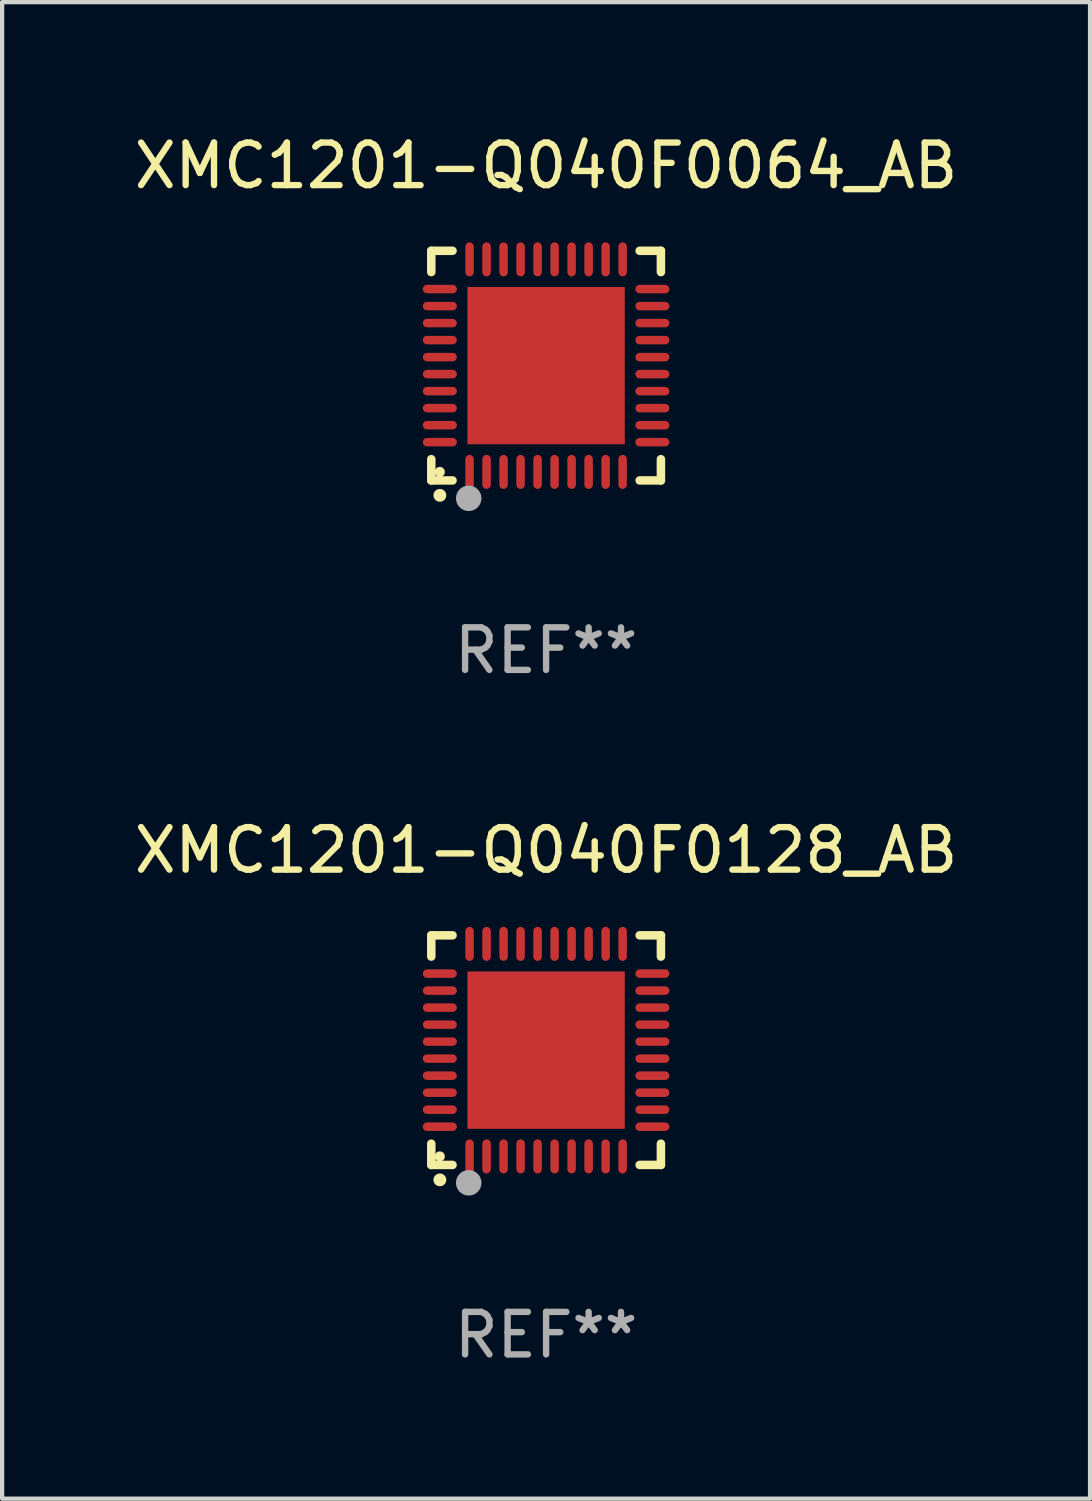
<source format=kicad_pcb>
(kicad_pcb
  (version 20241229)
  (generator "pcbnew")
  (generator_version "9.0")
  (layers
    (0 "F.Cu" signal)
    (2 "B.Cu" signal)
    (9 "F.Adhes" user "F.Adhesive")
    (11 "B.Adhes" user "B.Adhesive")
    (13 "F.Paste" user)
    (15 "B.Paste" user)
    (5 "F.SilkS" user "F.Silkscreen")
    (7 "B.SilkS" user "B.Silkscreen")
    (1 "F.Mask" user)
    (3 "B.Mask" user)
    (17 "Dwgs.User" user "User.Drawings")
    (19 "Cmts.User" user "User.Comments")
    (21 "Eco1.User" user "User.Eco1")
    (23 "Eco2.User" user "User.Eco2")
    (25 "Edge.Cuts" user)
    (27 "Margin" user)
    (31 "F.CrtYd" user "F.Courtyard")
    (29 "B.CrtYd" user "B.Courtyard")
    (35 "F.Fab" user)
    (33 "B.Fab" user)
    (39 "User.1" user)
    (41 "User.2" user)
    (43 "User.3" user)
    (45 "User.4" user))
  (footprint "XMC1201-Q040F0128_AB"
    (layer "F.Cu")
    (at 9.792 21.645)
    (property "Reference" "XMC1201-Q040F0128_AB" (at 0 -4.7 0) (layer "F.SilkS") (effects (font (size 1 1) (thickness 0.15))))
    (attr through_hole)
    (fp_line (start -2.7 -2.7) (end -2.7 -2.2) (stroke (width 0.2) (type solid)) (layer "F.SilkS"))
    (fp_line (start -2.7 2.7) (end -2.7 2.2) (stroke (width 0.2) (type solid)) (layer "F.SilkS"))
    (fp_line (start -2.2 -2.7) (end -2.7 -2.7) (stroke (width 0.2) (type solid)) (layer "F.SilkS"))
    (fp_line (start -2.2 2.7) (end -2.7 2.7) (stroke (width 0.2) (type solid)) (layer "F.SilkS"))
    (fp_line (start 2.7 -2.7) (end 2.2 -2.7) (stroke (width 0.2) (type solid)) (layer "F.SilkS"))
    (fp_line (start 2.7 -2.2) (end 2.7 -2.7) (stroke (width 0.2) (type solid)) (layer "F.SilkS"))
    (fp_line (start 2.7 2.2) (end 2.7 2.7) (stroke (width 0.2) (type solid)) (layer "F.SilkS"))
    (fp_line (start 2.7 2.7) (end 2.2 2.7) (stroke (width 0.2) (type solid)) (layer "F.SilkS"))
    (fp_arc (start -2.499365 3.050546) (mid -2.498095 3.050541) (end -2.496825 3.050546) (stroke (width 0.3) (type solid)) (layer "F.SilkS"))
    (fp_circle (center -2.5 2.5) (end -2.44 2.5) (stroke (width 0.12) (type solid)) (fill no) (layer "F.SilkS"))
    (fp_circle (center -1.82 3.12) (end -1.67 3.12) (stroke (width 0.3) (type solid)) (fill no) (layer "F.Fab"))
    (fp_text user "REF**" (at 0 6.7 0) (layer "F.Fab") (effects (font (size 1 1) (thickness 0.15))))
    (pad "1" smd oval (at -1.8 2.499) (size 0.2 0.8) (layers "F.Cu" "F.Mask" "F.Paste"))
    (pad "2" smd oval (at -1.4 2.499) (size 0.2 0.8) (layers "F.Cu" "F.Mask" "F.Paste"))
    (pad "3" smd oval (at -1 2.499) (size 0.2 0.8) (layers "F.Cu" "F.Mask" "F.Paste"))
    (pad "4" smd oval (at -0.6 2.499) (size 0.2 0.8) (layers "F.Cu" "F.Mask" "F.Paste"))
    (pad "5" smd oval (at -0.2 2.499) (size 0.2 0.8) (layers "F.Cu" "F.Mask" "F.Paste"))
    (pad "6" smd oval (at 0.2 2.499) (size 0.2 0.8) (layers "F.Cu" "F.Mask" "F.Paste"))
    (pad "7" smd oval (at 0.6 2.499) (size 0.2 0.8) (layers "F.Cu" "F.Mask" "F.Paste"))
    (pad "8" smd oval (at 1 2.499) (size 0.2 0.8) (layers "F.Cu" "F.Mask" "F.Paste"))
    (pad "9" smd oval (at 1.4 2.499) (size 0.2 0.8) (layers "F.Cu" "F.Mask" "F.Paste"))
    (pad "10" smd oval (at 1.8 2.499) (size 0.2 0.8) (layers "F.Cu" "F.Mask" "F.Paste"))
    (pad "11" smd oval (at 2.499 1.8) (size 0.8 0.2) (layers "F.Cu" "F.Mask" "F.Paste"))
    (pad "12" smd oval (at 2.499 1.4) (size 0.8 0.2) (layers "F.Cu" "F.Mask" "F.Paste"))
    (pad "13" smd oval (at 2.499 1) (size 0.8 0.2) (layers "F.Cu" "F.Mask" "F.Paste"))
    (pad "14" smd oval (at 2.499 0.6) (size 0.8 0.2) (layers "F.Cu" "F.Mask" "F.Paste"))
    (pad "15" smd oval (at 2.499 0.2) (size 0.8 0.2) (layers "F.Cu" "F.Mask" "F.Paste"))
    (pad "16" smd oval (at 2.499 -0.2) (size 0.8 0.2) (layers "F.Cu" "F.Mask" "F.Paste"))
    (pad "17" smd oval (at 2.499 -0.6) (size 0.8 0.2) (layers "F.Cu" "F.Mask" "F.Paste"))
    (pad "18" smd oval (at 2.499 -1) (size 0.8 0.2) (layers "F.Cu" "F.Mask" "F.Paste"))
    (pad "19" smd oval (at 2.499 -1.4) (size 0.8 0.2) (layers "F.Cu" "F.Mask" "F.Paste"))
    (pad "20" smd oval (at 2.499 -1.8) (size 0.8 0.2) (layers "F.Cu" "F.Mask" "F.Paste"))
    (pad "21" smd oval (at 1.8 -2.499) (size 0.2 0.8) (layers "F.Cu" "F.Mask" "F.Paste"))
    (pad "22" smd oval (at 1.4 -2.499) (size 0.2 0.8) (layers "F.Cu" "F.Mask" "F.Paste"))
    (pad "23" smd oval (at 1 -2.499) (size 0.2 0.8) (layers "F.Cu" "F.Mask" "F.Paste"))
    (pad "24" smd oval (at 0.6 -2.499) (size 0.2 0.8) (layers "F.Cu" "F.Mask" "F.Paste"))
    (pad "25" smd oval (at 0.2 -2.499) (size 0.2 0.8) (layers "F.Cu" "F.Mask" "F.Paste"))
    (pad "26" smd oval (at -0.2 -2.499) (size 0.2 0.8) (layers "F.Cu" "F.Mask" "F.Paste"))
    (pad "27" smd oval (at -0.6 -2.499) (size 0.2 0.8) (layers "F.Cu" "F.Mask" "F.Paste"))
    (pad "28" smd oval (at -1 -2.499) (size 0.2 0.8) (layers "F.Cu" "F.Mask" "F.Paste"))
    (pad "29" smd oval (at -1.4 -2.499) (size 0.2 0.8) (layers "F.Cu" "F.Mask" "F.Paste"))
    (pad "30" smd oval (at -1.8 -2.499) (size 0.2 0.8) (layers "F.Cu" "F.Mask" "F.Paste"))
    (pad "31" smd oval (at -2.499 -1.8) (size 0.8 0.2) (layers "F.Cu" "F.Mask" "F.Paste"))
    (pad "32" smd oval (at -2.499 -1.4) (size 0.8 0.2) (layers "F.Cu" "F.Mask" "F.Paste"))
    (pad "33" smd oval (at -2.499 -1) (size 0.8 0.2) (layers "F.Cu" "F.Mask" "F.Paste"))
    (pad "34" smd oval (at -2.499 -0.6) (size 0.8 0.2) (layers "F.Cu" "F.Mask" "F.Paste"))
    (pad "35" smd oval (at -2.499 -0.2) (size 0.8 0.2) (layers "F.Cu" "F.Mask" "F.Paste"))
    (pad "36" smd oval (at -2.499 0.2) (size 0.8 0.2) (layers "F.Cu" "F.Mask" "F.Paste"))
    (pad "37" smd oval (at -2.499 0.6) (size 0.8 0.2) (layers "F.Cu" "F.Mask" "F.Paste"))
    (pad "38" smd oval (at -2.499 1) (size 0.8 0.2) (layers "F.Cu" "F.Mask" "F.Paste"))
    (pad "39" smd oval (at -2.499 1.4) (size 0.8 0.2) (layers "F.Cu" "F.Mask" "F.Paste"))
    (pad "40" smd oval (at -2.499 1.8) (size 0.8 0.2) (layers "F.Cu" "F.Mask" "F.Paste"))
    (pad "41" smd rect (at 0 0) (size 3.7 3.7) (layers "F.Cu" "F.Mask" "F.Paste")))
  (footprint "XMC1201-Q040F0064_AB"
    (layer "F.Cu")
    (at 9.792 5.548)
    (property "Reference" "XMC1201-Q040F0064_AB" (at 0 -4.7 0) (layer "F.SilkS") (effects (font (size 1 1) (thickness 0.15))))
    (attr through_hole)
    (fp_line (start -2.7 -2.7) (end -2.7 -2.2) (stroke (width 0.2) (type solid)) (layer "F.SilkS"))
    (fp_line (start -2.7 2.7) (end -2.7 2.2) (stroke (width 0.2) (type solid)) (layer "F.SilkS"))
    (fp_line (start -2.2 -2.7) (end -2.7 -2.7) (stroke (width 0.2) (type solid)) (layer "F.SilkS"))
    (fp_line (start -2.2 2.7) (end -2.7 2.7) (stroke (width 0.2) (type solid)) (layer "F.SilkS"))
    (fp_line (start 2.7 -2.7) (end 2.2 -2.7) (stroke (width 0.2) (type solid)) (layer "F.SilkS"))
    (fp_line (start 2.7 -2.2) (end 2.7 -2.7) (stroke (width 0.2) (type solid)) (layer "F.SilkS"))
    (fp_line (start 2.7 2.2) (end 2.7 2.7) (stroke (width 0.2) (type solid)) (layer "F.SilkS"))
    (fp_line (start 2.7 2.7) (end 2.2 2.7) (stroke (width 0.2) (type solid)) (layer "F.SilkS"))
    (fp_arc (start -2.499365 3.050546) (mid -2.498095 3.050541) (end -2.496825 3.050546) (stroke (width 0.3) (type solid)) (layer "F.SilkS"))
    (fp_circle (center -2.5 2.5) (end -2.44 2.5) (stroke (width 0.12) (type solid)) (fill no) (layer "F.SilkS"))
    (fp_circle (center -1.82 3.12) (end -1.67 3.12) (stroke (width 0.3) (type solid)) (fill no) (layer "F.Fab"))
    (fp_text user "REF**" (at 0 6.7 0) (layer "F.Fab") (effects (font (size 1 1) (thickness 0.15))))
    (pad "1" smd oval (at -1.8 2.499) (size 0.2 0.8) (layers "F.Cu" "F.Mask" "F.Paste"))
    (pad "2" smd oval (at -1.4 2.499) (size 0.2 0.8) (layers "F.Cu" "F.Mask" "F.Paste"))
    (pad "3" smd oval (at -1 2.499) (size 0.2 0.8) (layers "F.Cu" "F.Mask" "F.Paste"))
    (pad "4" smd oval (at -0.6 2.499) (size 0.2 0.8) (layers "F.Cu" "F.Mask" "F.Paste"))
    (pad "5" smd oval (at -0.2 2.499) (size 0.2 0.8) (layers "F.Cu" "F.Mask" "F.Paste"))
    (pad "6" smd oval (at 0.2 2.499) (size 0.2 0.8) (layers "F.Cu" "F.Mask" "F.Paste"))
    (pad "7" smd oval (at 0.6 2.499) (size 0.2 0.8) (layers "F.Cu" "F.Mask" "F.Paste"))
    (pad "8" smd oval (at 1 2.499) (size 0.2 0.8) (layers "F.Cu" "F.Mask" "F.Paste"))
    (pad "9" smd oval (at 1.4 2.499) (size 0.2 0.8) (layers "F.Cu" "F.Mask" "F.Paste"))
    (pad "10" smd oval (at 1.8 2.499) (size 0.2 0.8) (layers "F.Cu" "F.Mask" "F.Paste"))
    (pad "11" smd oval (at 2.499 1.8) (size 0.8 0.2) (layers "F.Cu" "F.Mask" "F.Paste"))
    (pad "12" smd oval (at 2.499 1.4) (size 0.8 0.2) (layers "F.Cu" "F.Mask" "F.Paste"))
    (pad "13" smd oval (at 2.499 1) (size 0.8 0.2) (layers "F.Cu" "F.Mask" "F.Paste"))
    (pad "14" smd oval (at 2.499 0.6) (size 0.8 0.2) (layers "F.Cu" "F.Mask" "F.Paste"))
    (pad "15" smd oval (at 2.499 0.2) (size 0.8 0.2) (layers "F.Cu" "F.Mask" "F.Paste"))
    (pad "16" smd oval (at 2.499 -0.2) (size 0.8 0.2) (layers "F.Cu" "F.Mask" "F.Paste"))
    (pad "17" smd oval (at 2.499 -0.6) (size 0.8 0.2) (layers "F.Cu" "F.Mask" "F.Paste"))
    (pad "18" smd oval (at 2.499 -1) (size 0.8 0.2) (layers "F.Cu" "F.Mask" "F.Paste"))
    (pad "19" smd oval (at 2.499 -1.4) (size 0.8 0.2) (layers "F.Cu" "F.Mask" "F.Paste"))
    (pad "20" smd oval (at 2.499 -1.8) (size 0.8 0.2) (layers "F.Cu" "F.Mask" "F.Paste"))
    (pad "21" smd oval (at 1.8 -2.499) (size 0.2 0.8) (layers "F.Cu" "F.Mask" "F.Paste"))
    (pad "22" smd oval (at 1.4 -2.499) (size 0.2 0.8) (layers "F.Cu" "F.Mask" "F.Paste"))
    (pad "23" smd oval (at 1 -2.499) (size 0.2 0.8) (layers "F.Cu" "F.Mask" "F.Paste"))
    (pad "24" smd oval (at 0.6 -2.499) (size 0.2 0.8) (layers "F.Cu" "F.Mask" "F.Paste"))
    (pad "25" smd oval (at 0.2 -2.499) (size 0.2 0.8) (layers "F.Cu" "F.Mask" "F.Paste"))
    (pad "26" smd oval (at -0.2 -2.499) (size 0.2 0.8) (layers "F.Cu" "F.Mask" "F.Paste"))
    (pad "27" smd oval (at -0.6 -2.499) (size 0.2 0.8) (layers "F.Cu" "F.Mask" "F.Paste"))
    (pad "28" smd oval (at -1 -2.499) (size 0.2 0.8) (layers "F.Cu" "F.Mask" "F.Paste"))
    (pad "29" smd oval (at -1.4 -2.499) (size 0.2 0.8) (layers "F.Cu" "F.Mask" "F.Paste"))
    (pad "30" smd oval (at -1.8 -2.499) (size 0.2 0.8) (layers "F.Cu" "F.Mask" "F.Paste"))
    (pad "31" smd oval (at -2.499 -1.8) (size 0.8 0.2) (layers "F.Cu" "F.Mask" "F.Paste"))
    (pad "32" smd oval (at -2.499 -1.4) (size 0.8 0.2) (layers "F.Cu" "F.Mask" "F.Paste"))
    (pad "33" smd oval (at -2.499 -1) (size 0.8 0.2) (layers "F.Cu" "F.Mask" "F.Paste"))
    (pad "34" smd oval (at -2.499 -0.6) (size 0.8 0.2) (layers "F.Cu" "F.Mask" "F.Paste"))
    (pad "35" smd oval (at -2.499 -0.2) (size 0.8 0.2) (layers "F.Cu" "F.Mask" "F.Paste"))
    (pad "36" smd oval (at -2.499 0.2) (size 0.8 0.2) (layers "F.Cu" "F.Mask" "F.Paste"))
    (pad "37" smd oval (at -2.499 0.6) (size 0.8 0.2) (layers "F.Cu" "F.Mask" "F.Paste"))
    (pad "38" smd oval (at -2.499 1) (size 0.8 0.2) (layers "F.Cu" "F.Mask" "F.Paste"))
    (pad "39" smd oval (at -2.499 1.4) (size 0.8 0.2) (layers "F.Cu" "F.Mask" "F.Paste"))
    (pad "40" smd oval (at -2.499 1.8) (size 0.8 0.2) (layers "F.Cu" "F.Mask" "F.Paste"))
    (pad "41" smd rect (at 0 0) (size 3.7 3.7) (layers "F.Cu" "F.Mask" "F.Paste")))
  (gr_rect
    (start -3 -3)
    (end 22.583 32.193)
    (stroke (width 0.1) (type default))
    (fill no)
    (layer "Edge.Cuts")))
</source>
